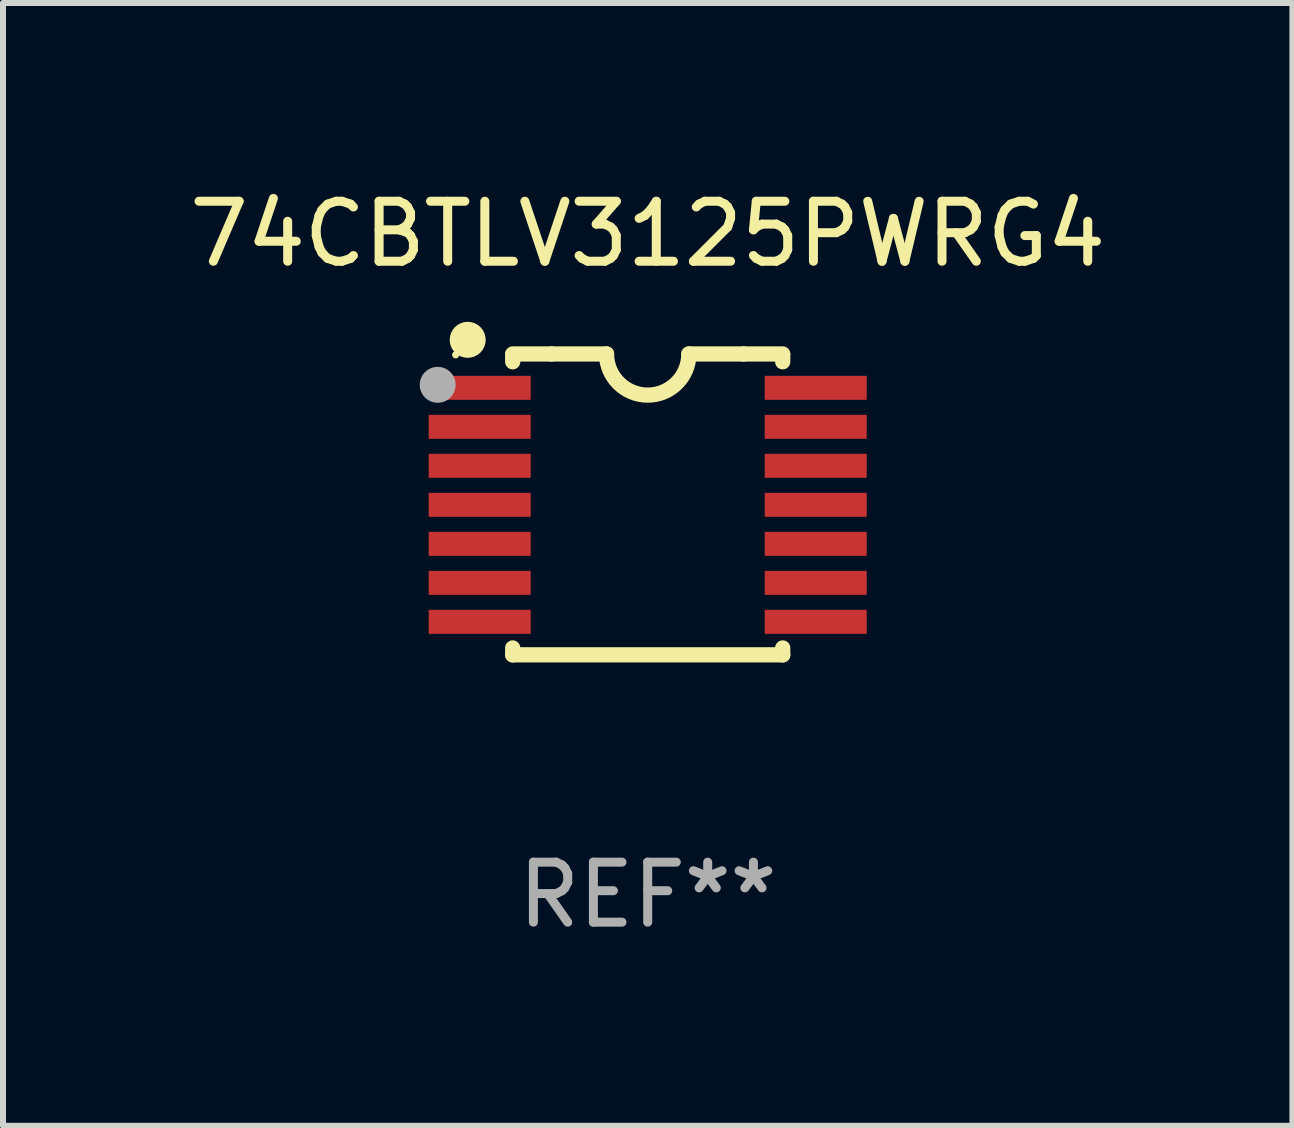
<source format=kicad_pcb>
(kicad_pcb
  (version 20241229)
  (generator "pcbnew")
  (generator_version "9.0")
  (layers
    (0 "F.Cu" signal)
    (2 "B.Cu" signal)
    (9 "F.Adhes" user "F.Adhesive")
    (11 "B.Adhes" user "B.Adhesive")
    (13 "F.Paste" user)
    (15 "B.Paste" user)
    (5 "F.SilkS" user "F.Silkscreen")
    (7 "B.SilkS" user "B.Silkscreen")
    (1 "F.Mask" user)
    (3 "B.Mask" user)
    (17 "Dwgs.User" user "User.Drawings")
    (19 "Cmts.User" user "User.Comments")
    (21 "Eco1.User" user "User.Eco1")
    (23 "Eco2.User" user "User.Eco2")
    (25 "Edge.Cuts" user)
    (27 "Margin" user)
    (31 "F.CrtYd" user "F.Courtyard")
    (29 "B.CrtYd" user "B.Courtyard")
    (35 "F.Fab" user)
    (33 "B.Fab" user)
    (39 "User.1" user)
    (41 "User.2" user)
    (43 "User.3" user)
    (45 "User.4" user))
  (footprint "74CBTLV3125PWRG4"
    (layer "F.Cu")
    (at 7.744 5.356)
    (property "Reference" "74CBTLV3125PWRG4" (at 0 -4.507 0) (layer "F.SilkS") (effects (font (size 1 1) (thickness 0.15))))
    (attr through_hole)
    (fp_line (start -2.25 -2.377) (end -2.25 -2.493) (stroke (width 0.254) (type solid)) (layer "F.SilkS"))
    (fp_line (start -2.25 2.507) (end -2.25 2.392) (stroke (width 0.254) (type solid)) (layer "F.SilkS"))
    (fp_line (start -1.6 -2.507) (end -2.25 -2.507) (stroke (width 0.254) (type solid)) (layer "F.SilkS"))
    (fp_line (start -1.6 -2.507) (end -0.686 -2.507) (stroke (width 0.254) (type solid)) (layer "F.SilkS"))
    (fp_line (start 0.686 -2.507) (end 1.6 -2.507) (stroke (width 0.254) (type solid)) (layer "F.SilkS"))
    (fp_line (start 1.6 -2.507) (end 2.25 -2.507) (stroke (width 0.254) (type solid)) (layer "F.SilkS"))
    (fp_line (start 2.25 -2.493) (end 2.25 -2.377) (stroke (width 0.254) (type solid)) (layer "F.SilkS"))
    (fp_line (start 2.25 2.392) (end 2.25 2.507) (stroke (width 0.254) (type solid)) (layer "F.SilkS"))
    (fp_line (start 2.25 2.507) (end -2.25 2.507) (stroke (width 0.254) (type solid)) (layer "F.SilkS"))
    (fp_arc (start 0.685852 -2.507303) (mid 0.000051 -1.821502) (end -0.68575 -2.507303) (stroke (width 0.254001) (type solid)) (layer "F.SilkS"))
    (fp_circle (center -3.2 -2.493) (end -3.17 -2.493) (stroke (width 0.06) (type solid)) (fill no) (layer "F.SilkS"))
    (fp_circle (center -3 -2.743) (end -2.85 -2.743) (stroke (width 0.3) (type solid)) (fill no) (layer "F.SilkS"))
    (fp_circle (center -3.5 -1.993) (end -3.35 -1.993) (stroke (width 0.3) (type solid)) (fill no) (layer "F.Fab"))
    (fp_text user "REF**" (at 0 6.507 0) (layer "F.Fab") (effects (font (size 1 1) (thickness 0.15))))
    (pad "1" smd rect (at -2.8 -1.943) (size 1.7 0.4) (layers "F.Cu" "F.Mask" "F.Paste"))
    (pad "2" smd rect (at -2.8 -1.293) (size 1.7 0.4) (layers "F.Cu" "F.Mask" "F.Paste"))
    (pad "3" smd rect (at -2.8 -0.643) (size 1.7 0.4) (layers "F.Cu" "F.Mask" "F.Paste"))
    (pad "4" smd rect (at -2.8 0.007) (size 1.7 0.4) (layers "F.Cu" "F.Mask" "F.Paste"))
    (pad "5" smd rect (at -2.8 0.657) (size 1.7 0.4) (layers "F.Cu" "F.Mask" "F.Paste"))
    (pad "6" smd rect (at -2.8 1.307) (size 1.7 0.4) (layers "F.Cu" "F.Mask" "F.Paste"))
    (pad "7" smd rect (at -2.8 1.957) (size 1.7 0.4) (layers "F.Cu" "F.Mask" "F.Paste"))
    (pad "8" smd rect (at 2.8 1.957) (size 1.7 0.4) (layers "F.Cu" "F.Mask" "F.Paste"))
    (pad "9" smd rect (at 2.8 1.307) (size 1.7 0.4) (layers "F.Cu" "F.Mask" "F.Paste"))
    (pad "10" smd rect (at 2.8 0.657) (size 1.7 0.4) (layers "F.Cu" "F.Mask" "F.Paste"))
    (pad "11" smd rect (at 2.8 0.007) (size 1.7 0.4) (layers "F.Cu" "F.Mask" "F.Paste"))
    (pad "12" smd rect (at 2.8 -0.643) (size 1.7 0.4) (layers "F.Cu" "F.Mask" "F.Paste"))
    (pad "13" smd rect (at 2.8 -1.293) (size 1.7 0.4) (layers "F.Cu" "F.Mask" "F.Paste"))
    (pad "14" smd rect (at 2.8 -1.943) (size 1.7 0.4) (layers "F.Cu" "F.Mask" "F.Paste")))
  (gr_rect
    (start -3 -3)
    (end 18.488 15.711)
    (stroke (width 0.1) (type default))
    (fill no)
    (layer "Edge.Cuts")))
</source>
